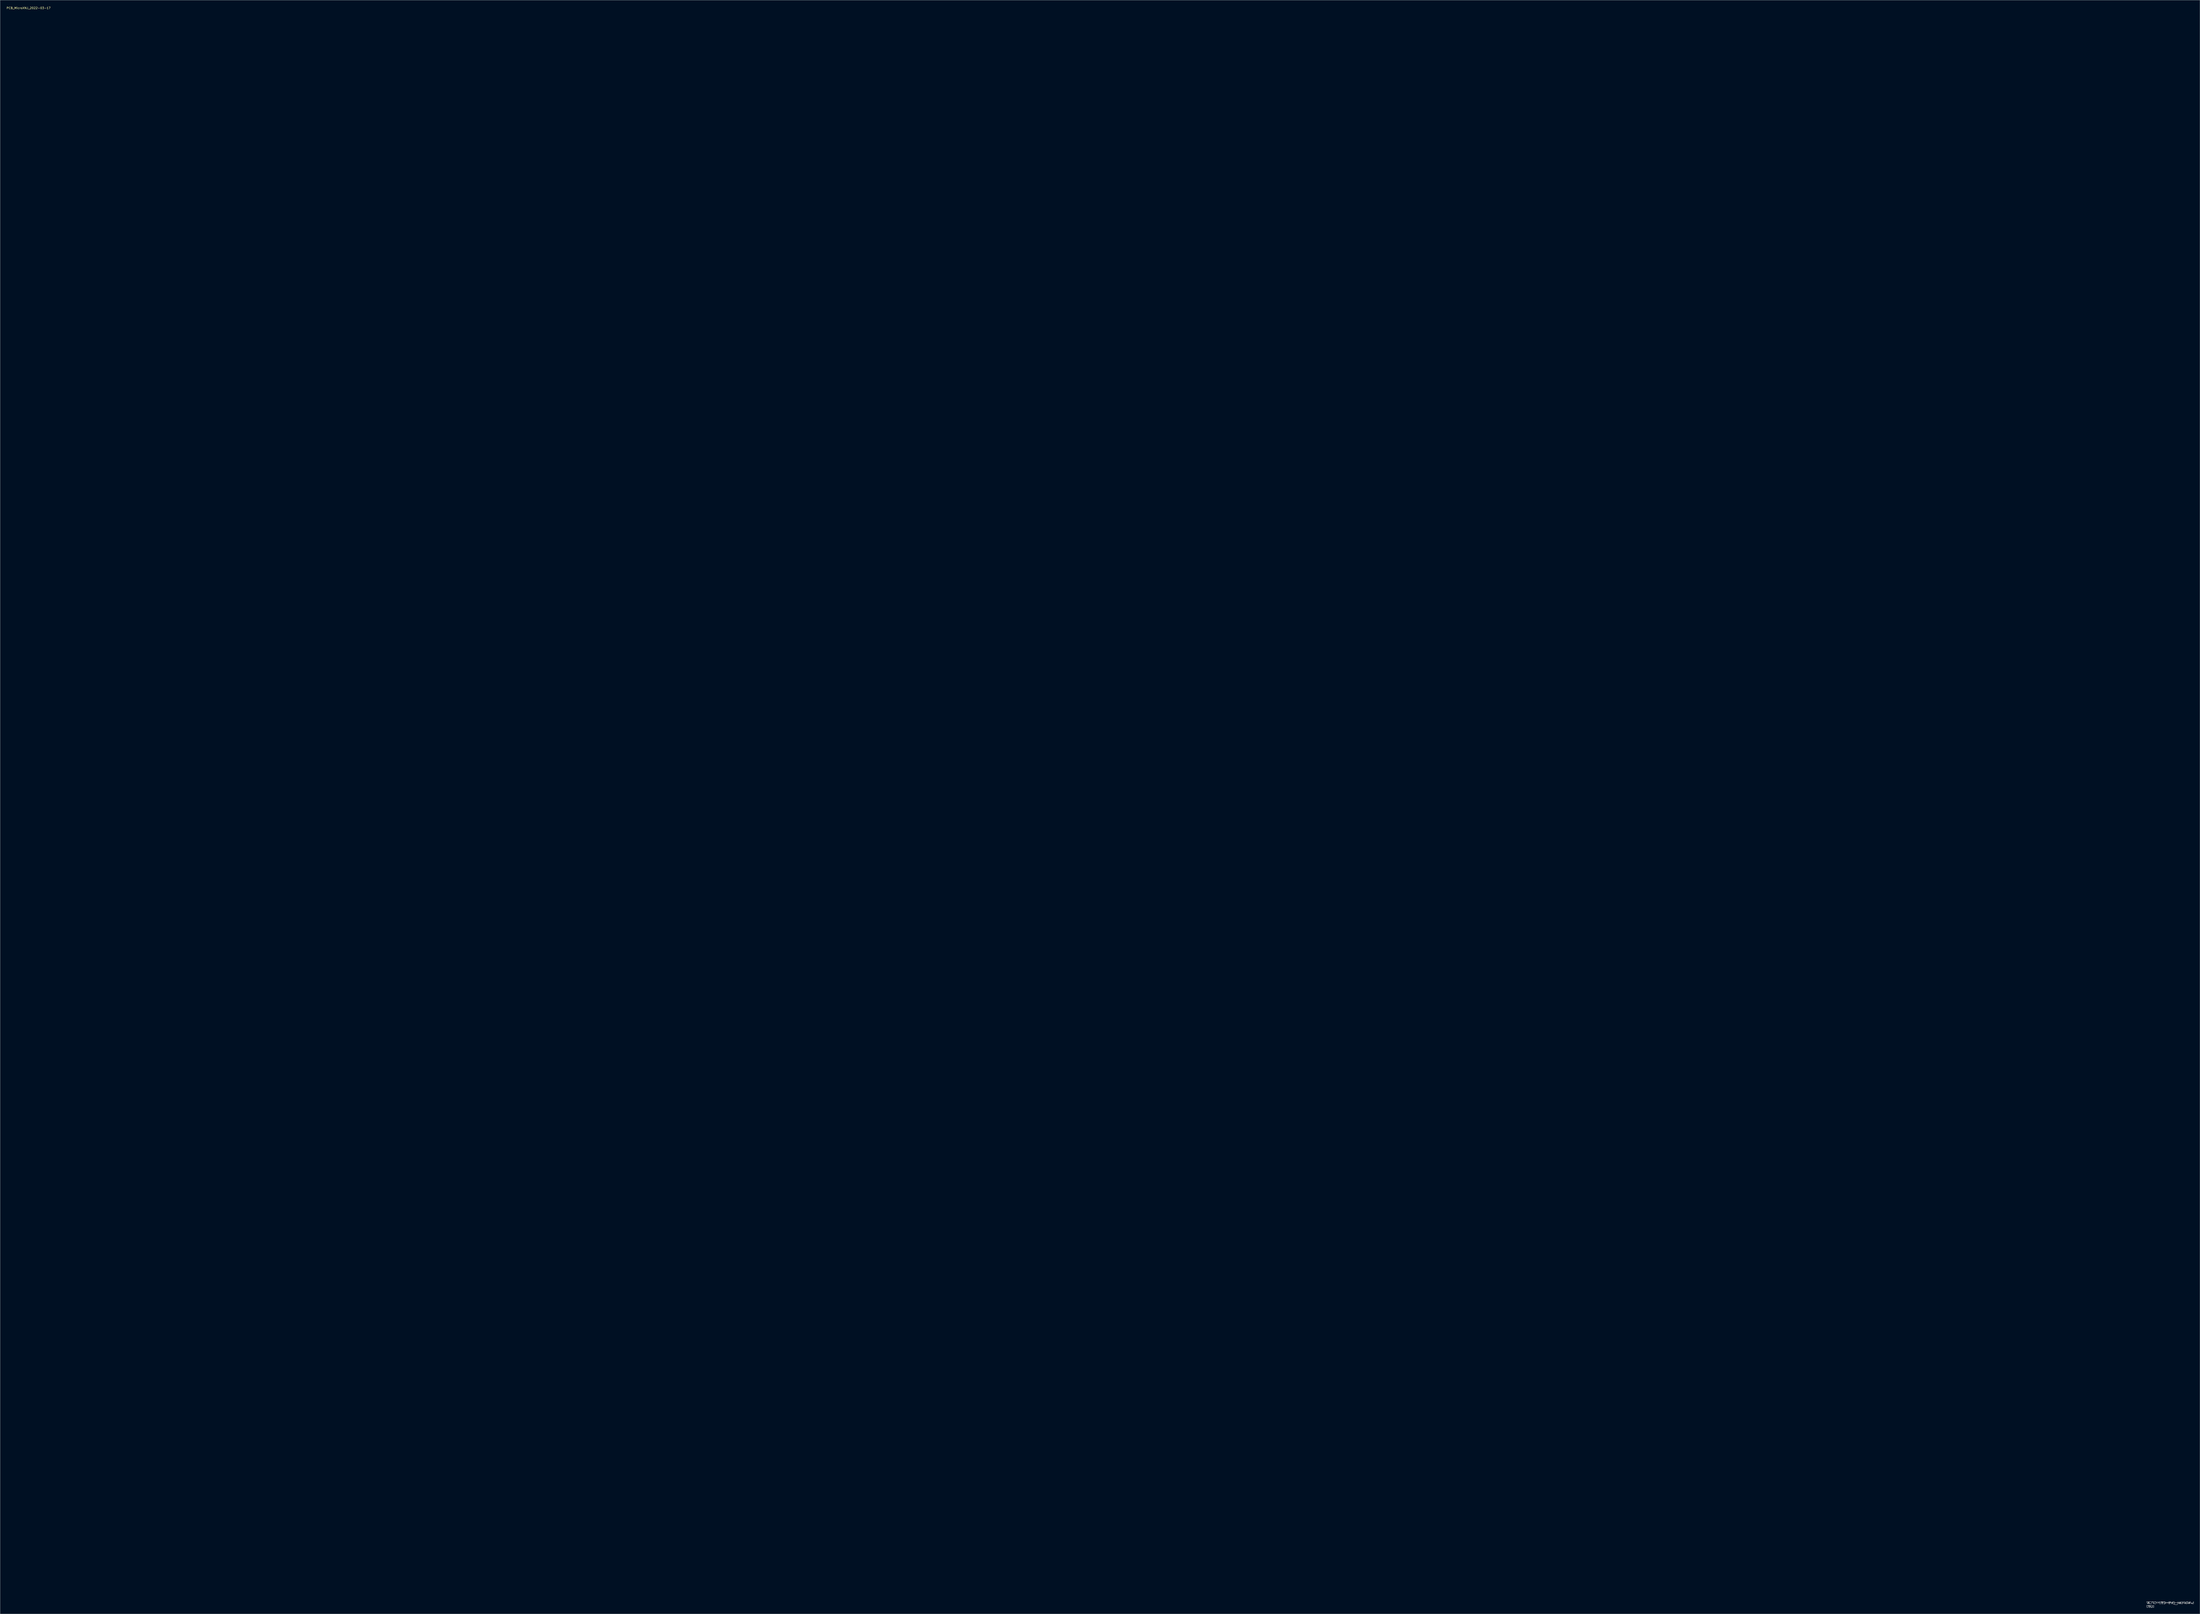
<source format=kicad_pcb>
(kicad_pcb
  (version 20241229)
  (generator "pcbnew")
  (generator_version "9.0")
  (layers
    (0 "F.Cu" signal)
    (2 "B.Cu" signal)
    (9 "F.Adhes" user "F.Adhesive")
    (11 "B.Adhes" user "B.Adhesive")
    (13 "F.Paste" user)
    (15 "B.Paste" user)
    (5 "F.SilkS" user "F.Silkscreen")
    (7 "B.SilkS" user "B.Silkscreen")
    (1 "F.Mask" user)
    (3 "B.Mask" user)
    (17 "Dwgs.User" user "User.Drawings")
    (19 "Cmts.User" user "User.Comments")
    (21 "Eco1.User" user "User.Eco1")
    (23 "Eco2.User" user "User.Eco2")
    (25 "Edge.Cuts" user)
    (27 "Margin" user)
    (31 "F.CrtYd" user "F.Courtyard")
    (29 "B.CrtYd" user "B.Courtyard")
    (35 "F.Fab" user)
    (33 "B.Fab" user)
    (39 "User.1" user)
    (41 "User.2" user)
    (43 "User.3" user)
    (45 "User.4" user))
  (footprint "PCB_MicroXNJ_2022-03-17"
    (layer "F.Cu")
    (at 10.587 5.852)
    (property "Reference" "PCB_MicroXNJ_2022-03-17" (at 0.229 -5.004 180) (layer "F.SilkS") (effects (font (size 1 1) (thickness 0.15))))
    (attr through_hole)
    (fp_poly (pts (xy 1028.695 770.773) (xy 1028.695 771.552) (xy 1028.746 771.707) (xy 1028.85 771.812) (xy 1029.007 771.862) (xy 1029.109 771.862) (xy 1029.266 771.812) (xy 1029.371 771.707) (xy 1029.421 771.552) (xy 1029.421 770.773) (xy 1030.493 770.928) (xy 1030.389 770.824) (xy 1030.232 770.773) (xy 1030.023 770.773) (xy 1029.868 770.824) (xy 1029.764 770.928) (xy 1029.764 771.032) (xy 1029.818 771.136) (xy 1029.868 771.187) (xy 1029.973 771.24) (xy 1030.285 771.344) (xy 1030.389 771.395) (xy 1030.44 771.448) (xy 1030.493 771.552) (xy 1030.493 771.707) (xy 1030.389 771.812) (xy 1030.232 771.862) (xy 1030.023 771.862) (xy 1029.868 771.812) (xy 1029.764 771.707) (xy 1030.836 770.773) (xy 1030.836 771.862) (xy 1030.836 770.773) (xy 1031.304 770.773) (xy 1031.458 770.824) (xy 1031.509 770.877) (xy 1031.563 770.981) (xy 1031.563 771.085) (xy 1031.509 771.187) (xy 1031.458 771.24) (xy 1031.304 771.291) (xy 1030.836 771.291) (xy 1031.304 771.291) (xy 1031.458 771.344) (xy 1031.509 771.395) (xy 1031.563 771.499) (xy 1031.563 771.657) (xy 1031.509 771.758) (xy 1031.458 771.812) (xy 1031.304 771.862) (xy 1030.836 771.862) (xy 1031.905 770.981) (xy 1032.01 770.928) (xy 1032.165 770.773) (xy 1032.165 771.862)) (stroke (width 0.15) (type solid)) (fill no) (layer "Dwgs.User"))
    (fp_poly (pts (xy 1028.694 768.995) (xy 1028.694 770.084) (xy 1028.694 768.995) (xy 1029.111 770.084) (xy 1029.525 768.995) (xy 1029.111 770.084) (xy 1029.525 768.995) (xy 1029.525 770.084) (xy 1029.868 768.995) (xy 1029.868 770.084) (xy 1030.991 769.254) (xy 1030.94 769.149) (xy 1030.836 769.045) (xy 1030.731 768.995) (xy 1030.523 768.995) (xy 1030.419 769.045) (xy 1030.315 769.149) (xy 1030.264 769.254) (xy 1030.211 769.411) (xy 1030.211 769.67) (xy 1030.264 769.825) (xy 1030.315 769.929) (xy 1030.419 770.033) (xy 1030.523 770.084) (xy 1030.731 770.084) (xy 1030.836 770.033) (xy 1030.94 769.929) (xy 1030.991 769.825) (xy 1031.333 768.995) (xy 1031.333 770.084) (xy 1031.333 768.995) (xy 1031.801 768.995) (xy 1031.958 769.045) (xy 1032.009 769.099) (xy 1032.06 769.203) (xy 1032.06 769.307) (xy 1032.009 769.411) (xy 1031.958 769.462) (xy 1031.801 769.513) (xy 1031.333 769.513) (xy 1031.697 769.513) (xy 1032.06 770.084) (xy 1032.715 768.995) (xy 1032.611 769.045) (xy 1032.507 769.149) (xy 1032.456 769.254) (xy 1032.403 769.411) (xy 1032.403 769.67) (xy 1032.456 769.825) (xy 1032.507 769.929) (xy 1032.611 770.033) (xy 1032.715 770.084) (xy 1032.924 770.084) (xy 1033.028 770.033) (xy 1033.132 769.929) (xy 1033.183 769.825) (xy 1033.236 769.67) (xy 1033.236 769.411) (xy 1033.183 769.254) (xy 1033.132 769.149) (xy 1033.028 769.045) (xy 1032.924 768.995) (xy 1032.715 768.995) (xy 1033.579 769.617) (xy 1034.514 769.617) (xy 1034.856 768.995) (xy 1034.856 769.774) (xy 1034.907 769.929) (xy 1035.011 770.033) (xy 1035.169 770.084) (xy 1035.273 770.084) (xy 1035.428 770.033) (xy 1035.532 769.929) (xy 1035.583 769.774) (xy 1035.583 768.995) (xy 1036.655 769.149) (xy 1036.551 769.045) (xy 1036.393 768.995) (xy 1036.187 768.995) (xy 1036.03 769.045) (xy 1035.926 769.149) (xy 1035.926 769.254) (xy 1035.979 769.358) (xy 1036.03 769.411) (xy 1036.134 769.462) (xy 1036.446 769.566) (xy 1036.551 769.617) (xy 1036.601 769.67) (xy 1036.655 769.774) (xy 1036.655 769.929) (xy 1036.551 770.033) (xy 1036.393 770.084) (xy 1036.187 770.084) (xy 1036.03 770.033) (xy 1035.926 769.929) (xy 1036.998 768.995) (xy 1036.998 770.084) (xy 1036.998 768.995) (xy 1037.465 768.995) (xy 1037.62 769.045) (xy 1037.673 769.099) (xy 1037.724 769.203) (xy 1037.724 769.307) (xy 1037.673 769.411) (xy 1037.62 769.462) (xy 1037.465 769.513) (xy 1036.998 769.513) (xy 1037.465 769.513) (xy 1037.62 769.566) (xy 1037.673 769.617) (xy 1037.724 769.721) (xy 1037.724 769.878) (xy 1037.673 769.983) (xy 1037.62 770.033) (xy 1037.465 770.084) (xy 1036.998 770.084) (xy 1038.067 769.617) (xy 1039.002 769.617) (xy 1040.074 769.149) (xy 1039.969 769.045) (xy 1039.812 768.995) (xy 1039.604 768.995) (xy 1039.449 769.045) (xy 1039.345 769.149) (xy 1039.345 769.254) (xy 1039.398 769.358) (xy 1039.449 769.411) (xy 1039.553 769.462) (xy 1039.865 769.566) (xy 1039.969 769.617) (xy 1040.02 769.67) (xy 1040.074 769.774) (xy 1040.074 769.929) (xy 1039.969 770.033) (xy 1039.812 770.084) (xy 1039.604 770.084) (xy 1039.449 770.033) (xy 1039.345 769.929) (xy 1040.417 768.995) (xy 1040.417 770.084) (xy 1040.417 768.995) (xy 1040.831 770.084) (xy 1041.247 768.995) (xy 1040.831 770.084) (xy 1041.247 768.995) (xy 1041.247 770.084) (xy 1041.59 768.995) (xy 1041.59 770.084) (xy 1041.59 768.995) (xy 1041.953 768.995) (xy 1042.108 769.045) (xy 1042.212 769.149) (xy 1042.266 769.254) (xy 1042.316 769.411) (xy 1042.316 769.67) (xy 1042.266 769.825) (xy 1042.212 769.929) (xy 1042.108 770.033) (xy 1041.953 770.084) (xy 1041.59 770.084) (xy 1042.659 770.45) (xy 1043.594 770.45) (xy 1043.937 768.995) (xy 1043.937 770.084) (xy 1043.937 768.995) (xy 1044.354 770.084) (xy 1044.77 768.995) (xy 1044.354 770.084) (xy 1044.77 768.995) (xy 1044.77 770.084) (xy 1045.113 768.995) (xy 1045.113 770.084) (xy 1046.233 769.254) (xy 1046.182 769.149) (xy 1046.078 769.045) (xy 1045.974 768.995) (xy 1045.766 768.995) (xy 1045.662 769.045) (xy 1045.56 769.149) (xy 1045.507 769.254) (xy 1045.456 769.411) (xy 1045.456 769.67) (xy 1045.507 769.825) (xy 1045.56 769.929) (xy 1045.662 770.033) (xy 1045.766 770.084) (xy 1045.974 770.084) (xy 1046.078 770.033) (xy 1046.182 769.929) (xy 1046.233 769.825) (xy 1046.576 768.995) (xy 1046.576 770.084) (xy 1046.576 768.995) (xy 1047.046 768.995) (xy 1047.201 769.045) (xy 1047.252 769.099) (xy 1047.305 769.203) (xy 1047.305 769.307) (xy 1047.252 769.411) (xy 1047.201 769.462) (xy 1047.046 769.513) (xy 1046.576 769.513) (xy 1046.942 769.513) (xy 1047.305 770.084) (xy 1047.96 768.995) (xy 1047.856 769.045) (xy 1047.752 769.149) (xy 1047.699 769.254) (xy 1047.648 769.411) (xy 1047.648 769.67) (xy 1047.699 769.825) (xy 1047.752 769.929) (xy 1047.856 770.033) (xy 1047.96 770.084) (xy 1048.166 770.084) (xy 1048.27 770.033) (xy 1048.374 769.929) (xy 1048.428 769.825) (xy 1048.478 769.67) (xy 1048.478 769.411) (xy 1048.428 769.254) (xy 1048.374 769.149) (xy 1048.27 769.045) (xy 1048.166 768.995) (xy 1047.96 768.995) (xy 1048.821 768.995) (xy 1049.548 770.084) (xy 1049.548 768.995) (xy 1048.821 770.084) (xy 1049.891 768.995) (xy 1049.891 770.084) (xy 1049.891 768.995) (xy 1050.62 770.084) (xy 1050.62 768.995) (xy 1050.62 770.084) (xy 1051.481 768.995) (xy 1051.481 769.825) (xy 1051.43 769.983) (xy 1051.377 770.033) (xy 1051.275 770.084) (xy 1051.171 770.084) (xy 1051.067 770.033) (xy 1051.013 769.983) (xy 1050.963 769.825) (xy 1050.963 769.721)) (stroke (width 0.15) (type solid)) (fill no) (layer "Dwgs.User")))
  (gr_rect
    (start -3 -3)
    (end 1065.143 780.789)
    (stroke (width 0.1) (type default))
    (fill no)
    (layer "Edge.Cuts")))
</source>
